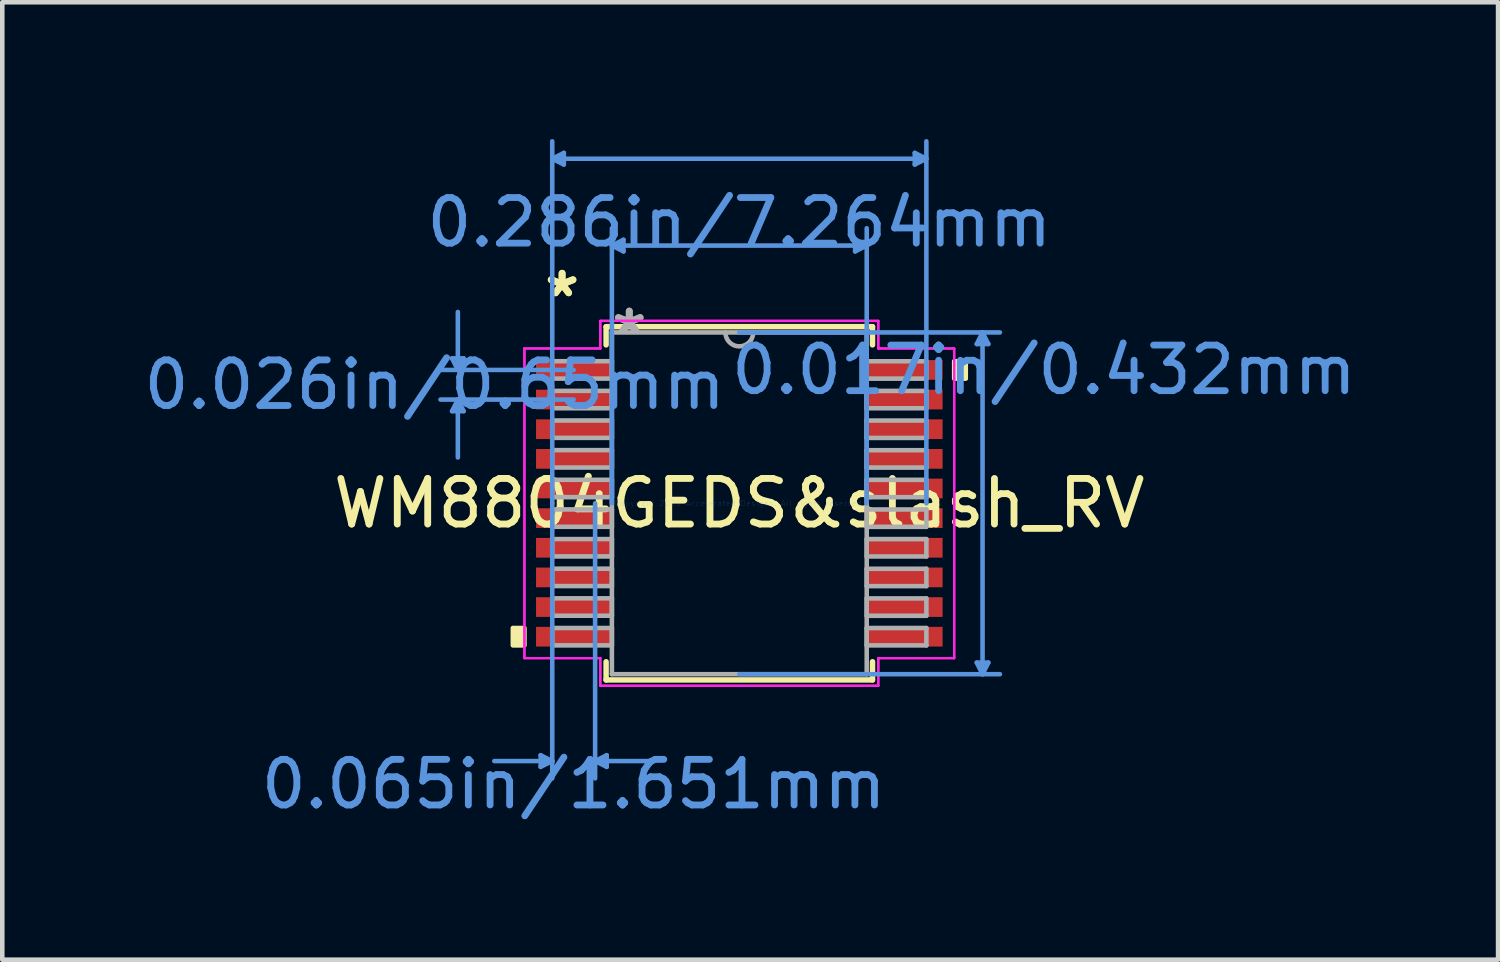
<source format=kicad_pcb>
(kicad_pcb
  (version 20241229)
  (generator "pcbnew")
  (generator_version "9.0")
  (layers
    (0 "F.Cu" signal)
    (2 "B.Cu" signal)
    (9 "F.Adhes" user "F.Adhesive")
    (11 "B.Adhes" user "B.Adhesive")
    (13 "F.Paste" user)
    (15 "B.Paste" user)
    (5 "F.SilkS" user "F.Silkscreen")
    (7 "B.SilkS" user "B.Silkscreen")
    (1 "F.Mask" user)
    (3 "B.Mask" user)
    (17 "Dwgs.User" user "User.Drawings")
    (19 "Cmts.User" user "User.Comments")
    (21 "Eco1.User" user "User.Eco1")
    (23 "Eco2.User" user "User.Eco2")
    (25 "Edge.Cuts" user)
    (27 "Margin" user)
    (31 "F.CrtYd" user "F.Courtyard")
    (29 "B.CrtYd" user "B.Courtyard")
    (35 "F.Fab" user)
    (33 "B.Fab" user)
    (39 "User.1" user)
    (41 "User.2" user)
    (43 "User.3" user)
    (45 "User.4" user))
  (footprint "WM8804GEDS&slash_RV"
    (layer "F.Cu")
    (at 13.162 7.987)
    (property "Reference" "WM8804GEDS&slash_RV" (at 0 0 0) (layer "F.SilkS") (effects (font (size 1 1) (thickness 0.15))))
    (attr through_hole)
    (fp_line (start -2.921 -3.873) (end -2.921 -3.474) (stroke (width 0.12) (type solid)) (layer "F.SilkS"))
    (fp_line (start -2.921 3.474) (end -2.921 3.873) (stroke (width 0.12) (type solid)) (layer "F.SilkS"))
    (fp_line (start -2.921 3.873) (end 2.921 3.873) (stroke (width 0.12) (type solid)) (layer "F.SilkS"))
    (fp_line (start 2.921 -3.873) (end -2.921 -3.873) (stroke (width 0.12) (type solid)) (layer "F.SilkS"))
    (fp_line (start 2.921 -3.474) (end 2.921 -3.873) (stroke (width 0.12) (type solid)) (layer "F.SilkS"))
    (fp_line (start 2.921 3.873) (end 2.921 3.474) (stroke (width 0.12) (type solid)) (layer "F.SilkS"))
    (fp_poly (pts (xy -4.966 2.734) (xy -4.966 3.115) (xy -4.712 3.115) (xy -4.712 2.734)) (stroke (width 0.1) (type solid)) (fill yes) (layer "F.SilkS"))
    (fp_poly (pts (xy 4.966 -3.115) (xy 4.966 -2.734) (xy 4.712 -2.734) (xy 4.712 -3.115)) (stroke (width 0.1) (type solid)) (fill yes) (layer "F.SilkS"))
    (fp_line (start -6.299 -3.179) (end -6.045 -3.179) (stroke (width 0.1) (type solid)) (layer "Cmts.User"))
    (fp_line (start -6.299 -2.021) (end -6.045 -2.021) (stroke (width 0.1) (type solid)) (layer "Cmts.User"))
    (fp_line (start -6.172 -2.925) (end -6.299 -3.179) (stroke (width 0.1) (type solid)) (layer "Cmts.User"))
    (fp_line (start -6.172 -2.925) (end -6.172 -4.195) (stroke (width 0.1) (type solid)) (layer "Cmts.User"))
    (fp_line (start -6.172 -2.925) (end -6.045 -3.179) (stroke (width 0.1) (type solid)) (layer "Cmts.User"))
    (fp_line (start -6.172 -2.275) (end -6.299 -2.021) (stroke (width 0.1) (type solid)) (layer "Cmts.User"))
    (fp_line (start -6.172 -2.275) (end -6.172 -1.005) (stroke (width 0.1) (type solid)) (layer "Cmts.User"))
    (fp_line (start -6.172 -2.275) (end -6.045 -2.021) (stroke (width 0.1) (type solid)) (layer "Cmts.User"))
    (fp_line (start -4.356 5.524) (end -4.356 5.779) (stroke (width 0.1) (type solid)) (layer "Cmts.User"))
    (fp_line (start -4.102 -7.556) (end -3.848 -7.684) (stroke (width 0.1) (type solid)) (layer "Cmts.User"))
    (fp_line (start -4.102 -7.556) (end -3.848 -7.429) (stroke (width 0.1) (type solid)) (layer "Cmts.User"))
    (fp_line (start -4.102 -7.556) (end 4.102 -7.556) (stroke (width 0.1) (type solid)) (layer "Cmts.User"))
    (fp_line (start -4.102 0) (end -4.102 -7.938) (stroke (width 0.1) (type solid)) (layer "Cmts.User"))
    (fp_line (start -4.102 0) (end -4.102 6.032) (stroke (width 0.1) (type solid)) (layer "Cmts.User"))
    (fp_line (start -4.102 5.652) (end -5.372 5.652) (stroke (width 0.1) (type solid)) (layer "Cmts.User"))
    (fp_line (start -4.102 5.652) (end -4.356 5.524) (stroke (width 0.1) (type solid)) (layer "Cmts.User"))
    (fp_line (start -4.102 5.652) (end -4.356 5.779) (stroke (width 0.1) (type solid)) (layer "Cmts.User"))
    (fp_line (start -3.848 -7.684) (end -3.848 -7.429) (stroke (width 0.1) (type solid)) (layer "Cmts.User"))
    (fp_line (start -3.632 -2.925) (end -6.553 -2.925) (stroke (width 0.1) (type solid)) (layer "Cmts.User"))
    (fp_line (start -3.632 -2.275) (end -6.553 -2.275) (stroke (width 0.1) (type solid)) (layer "Cmts.User"))
    (fp_line (start -3.162 0) (end -3.162 6.032) (stroke (width 0.1) (type solid)) (layer "Cmts.User"))
    (fp_line (start -3.162 5.652) (end -2.908 5.524) (stroke (width 0.1) (type solid)) (layer "Cmts.User"))
    (fp_line (start -3.162 5.652) (end -2.908 5.779) (stroke (width 0.1) (type solid)) (layer "Cmts.User"))
    (fp_line (start -3.162 5.652) (end -1.892 5.652) (stroke (width 0.1) (type solid)) (layer "Cmts.User"))
    (fp_line (start -2.908 5.524) (end -2.908 5.779) (stroke (width 0.1) (type solid)) (layer "Cmts.User"))
    (fp_line (start -2.794 -5.652) (end -2.54 -5.779) (stroke (width 0.1) (type solid)) (layer "Cmts.User"))
    (fp_line (start -2.794 -5.652) (end -2.54 -5.524) (stroke (width 0.1) (type solid)) (layer "Cmts.User"))
    (fp_line (start -2.794 -5.652) (end 2.794 -5.652) (stroke (width 0.1) (type solid)) (layer "Cmts.User"))
    (fp_line (start -2.794 0) (end -2.794 -6.032) (stroke (width 0.1) (type solid)) (layer "Cmts.User"))
    (fp_line (start -2.54 -5.779) (end -2.54 -5.524) (stroke (width 0.1) (type solid)) (layer "Cmts.User"))
    (fp_line (start 0 -3.747) (end 5.715 -3.747) (stroke (width 0.1) (type solid)) (layer "Cmts.User"))
    (fp_line (start 0 3.747) (end 5.715 3.747) (stroke (width 0.1) (type solid)) (layer "Cmts.User"))
    (fp_line (start 2.54 -5.779) (end 2.54 -5.524) (stroke (width 0.1) (type solid)) (layer "Cmts.User"))
    (fp_line (start 2.794 -5.652) (end 2.54 -5.779) (stroke (width 0.1) (type solid)) (layer "Cmts.User"))
    (fp_line (start 2.794 -5.652) (end 2.54 -5.524) (stroke (width 0.1) (type solid)) (layer "Cmts.User"))
    (fp_line (start 2.794 0) (end 2.794 -6.032) (stroke (width 0.1) (type solid)) (layer "Cmts.User"))
    (fp_line (start 3.848 -7.684) (end 3.848 -7.429) (stroke (width 0.1) (type solid)) (layer "Cmts.User"))
    (fp_line (start 4.102 -7.556) (end 3.848 -7.684) (stroke (width 0.1) (type solid)) (layer "Cmts.User"))
    (fp_line (start 4.102 -7.556) (end 3.848 -7.429) (stroke (width 0.1) (type solid)) (layer "Cmts.User"))
    (fp_line (start 4.102 0) (end 4.102 -7.938) (stroke (width 0.1) (type solid)) (layer "Cmts.User"))
    (fp_line (start 5.207 -3.493) (end 5.461 -3.493) (stroke (width 0.1) (type solid)) (layer "Cmts.User"))
    (fp_line (start 5.207 3.493) (end 5.461 3.493) (stroke (width 0.1) (type solid)) (layer "Cmts.User"))
    (fp_line (start 5.334 -3.747) (end 5.207 -3.493) (stroke (width 0.1) (type solid)) (layer "Cmts.User"))
    (fp_line (start 5.334 -3.747) (end 5.334 3.747) (stroke (width 0.1) (type solid)) (layer "Cmts.User"))
    (fp_line (start 5.334 -3.747) (end 5.461 -3.493) (stroke (width 0.1) (type solid)) (layer "Cmts.User"))
    (fp_line (start 5.334 3.747) (end 5.207 3.493) (stroke (width 0.1) (type solid)) (layer "Cmts.User"))
    (fp_line (start 5.334 3.747) (end 5.461 3.493) (stroke (width 0.1) (type solid)) (layer "Cmts.User"))
    (fp_line (start -4.712 -3.395) (end -3.048 -3.395) (stroke (width 0.05) (type solid)) (layer "F.CrtYd"))
    (fp_line (start -4.712 -3.395) (end -3.048 -3.395) (stroke (width 0.05) (type solid)) (layer "F.CrtYd"))
    (fp_line (start -4.712 3.395) (end -4.712 -3.395) (stroke (width 0.05) (type solid)) (layer "F.CrtYd"))
    (fp_line (start -4.712 3.395) (end -4.712 -3.395) (stroke (width 0.05) (type solid)) (layer "F.CrtYd"))
    (fp_line (start -4.712 3.395) (end -3.048 3.395) (stroke (width 0.05) (type solid)) (layer "F.CrtYd"))
    (fp_line (start -3.048 -4) (end 3.048 -4) (stroke (width 0.05) (type solid)) (layer "F.CrtYd"))
    (fp_line (start -3.048 -4) (end 3.048 -4) (stroke (width 0.05) (type solid)) (layer "F.CrtYd"))
    (fp_line (start -3.048 -3.395) (end -3.048 -4) (stroke (width 0.05) (type solid)) (layer "F.CrtYd"))
    (fp_line (start -3.048 -3.395) (end -3.048 -4) (stroke (width 0.05) (type solid)) (layer "F.CrtYd"))
    (fp_line (start -3.048 3.395) (end -4.712 3.395) (stroke (width 0.05) (type solid)) (layer "F.CrtYd"))
    (fp_line (start -3.048 4) (end -3.048 3.395) (stroke (width 0.05) (type solid)) (layer "F.CrtYd"))
    (fp_line (start -3.048 4) (end -3.048 3.395) (stroke (width 0.05) (type solid)) (layer "F.CrtYd"))
    (fp_line (start 3.048 -4) (end 3.048 -3.395) (stroke (width 0.05) (type solid)) (layer "F.CrtYd"))
    (fp_line (start 3.048 -4) (end 3.048 -3.395) (stroke (width 0.05) (type solid)) (layer "F.CrtYd"))
    (fp_line (start 3.048 -3.395) (end 4.712 -3.395) (stroke (width 0.05) (type solid)) (layer "F.CrtYd"))
    (fp_line (start 3.048 3.395) (end 3.048 4) (stroke (width 0.05) (type solid)) (layer "F.CrtYd"))
    (fp_line (start 3.048 3.395) (end 3.048 4) (stroke (width 0.05) (type solid)) (layer "F.CrtYd"))
    (fp_line (start 3.048 4) (end -3.048 4) (stroke (width 0.05) (type solid)) (layer "F.CrtYd"))
    (fp_line (start 3.048 4) (end -3.048 4) (stroke (width 0.05) (type solid)) (layer "F.CrtYd"))
    (fp_line (start 4.712 -3.395) (end 3.048 -3.395) (stroke (width 0.05) (type solid)) (layer "F.CrtYd"))
    (fp_line (start 4.712 -3.395) (end 4.712 3.395) (stroke (width 0.05) (type solid)) (layer "F.CrtYd"))
    (fp_line (start 4.712 -3.395) (end 4.712 3.395) (stroke (width 0.05) (type solid)) (layer "F.CrtYd"))
    (fp_line (start 4.712 3.395) (end 3.048 3.395) (stroke (width 0.05) (type solid)) (layer "F.CrtYd"))
    (fp_line (start 4.712 3.395) (end 3.048 3.395) (stroke (width 0.05) (type solid)) (layer "F.CrtYd"))
    (fp_line (start -4.102 -3.116) (end -4.102 -2.735) (stroke (width 0.1) (type solid)) (layer "F.Fab"))
    (fp_line (start -4.102 -2.735) (end -2.794 -2.735) (stroke (width 0.1) (type solid)) (layer "F.Fab"))
    (fp_line (start -4.102 -2.466) (end -4.102 -2.084) (stroke (width 0.1) (type solid)) (layer "F.Fab"))
    (fp_line (start -4.102 -2.084) (end -2.794 -2.084) (stroke (width 0.1) (type solid)) (layer "F.Fab"))
    (fp_line (start -4.102 -1.816) (end -4.102 -1.435) (stroke (width 0.1) (type solid)) (layer "F.Fab"))
    (fp_line (start -4.102 -1.435) (end -2.794 -1.435) (stroke (width 0.1) (type solid)) (layer "F.Fab"))
    (fp_line (start -4.102 -1.166) (end -4.102 -0.785) (stroke (width 0.1) (type solid)) (layer "F.Fab"))
    (fp_line (start -4.102 -0.785) (end -2.794 -0.785) (stroke (width 0.1) (type solid)) (layer "F.Fab"))
    (fp_line (start -4.102 -0.516) (end -4.102 -0.135) (stroke (width 0.1) (type solid)) (layer "F.Fab"))
    (fp_line (start -4.102 -0.135) (end -2.794 -0.135) (stroke (width 0.1) (type solid)) (layer "F.Fab"))
    (fp_line (start -4.102 0.134) (end -4.102 0.515) (stroke (width 0.1) (type solid)) (layer "F.Fab"))
    (fp_line (start -4.102 0.515) (end -2.794 0.515) (stroke (width 0.1) (type solid)) (layer "F.Fab"))
    (fp_line (start -4.102 0.784) (end -4.102 1.165) (stroke (width 0.1) (type solid)) (layer "F.Fab"))
    (fp_line (start -4.102 1.165) (end -2.794 1.165) (stroke (width 0.1) (type solid)) (layer "F.Fab"))
    (fp_line (start -4.102 1.434) (end -4.102 1.815) (stroke (width 0.1) (type solid)) (layer "F.Fab"))
    (fp_line (start -4.102 1.815) (end -2.794 1.815) (stroke (width 0.1) (type solid)) (layer "F.Fab"))
    (fp_line (start -4.102 2.084) (end -4.102 2.465) (stroke (width 0.1) (type solid)) (layer "F.Fab"))
    (fp_line (start -4.102 2.465) (end -2.794 2.465) (stroke (width 0.1) (type solid)) (layer "F.Fab"))
    (fp_line (start -4.102 2.734) (end -4.102 3.115) (stroke (width 0.1) (type solid)) (layer "F.Fab"))
    (fp_line (start -4.102 3.115) (end -2.794 3.115) (stroke (width 0.1) (type solid)) (layer "F.Fab"))
    (fp_line (start -2.794 -3.747) (end -2.794 3.747) (stroke (width 0.1) (type solid)) (layer "F.Fab"))
    (fp_line (start -2.794 -3.116) (end -4.102 -3.116) (stroke (width 0.1) (type solid)) (layer "F.Fab"))
    (fp_line (start -2.794 -2.735) (end -2.794 -3.116) (stroke (width 0.1) (type solid)) (layer "F.Fab"))
    (fp_line (start -2.794 -2.466) (end -4.102 -2.466) (stroke (width 0.1) (type solid)) (layer "F.Fab"))
    (fp_line (start -2.794 -2.084) (end -2.794 -2.466) (stroke (width 0.1) (type solid)) (layer "F.Fab"))
    (fp_line (start -2.794 -1.816) (end -4.102 -1.816) (stroke (width 0.1) (type solid)) (layer "F.Fab"))
    (fp_line (start -2.794 -1.435) (end -2.794 -1.816) (stroke (width 0.1) (type solid)) (layer "F.Fab"))
    (fp_line (start -2.794 -1.166) (end -4.102 -1.166) (stroke (width 0.1) (type solid)) (layer "F.Fab"))
    (fp_line (start -2.794 -0.785) (end -2.794 -1.166) (stroke (width 0.1) (type solid)) (layer "F.Fab"))
    (fp_line (start -2.794 -0.516) (end -4.102 -0.516) (stroke (width 0.1) (type solid)) (layer "F.Fab"))
    (fp_line (start -2.794 -0.135) (end -2.794 -0.516) (stroke (width 0.1) (type solid)) (layer "F.Fab"))
    (fp_line (start -2.794 0.134) (end -4.102 0.134) (stroke (width 0.1) (type solid)) (layer "F.Fab"))
    (fp_line (start -2.794 0.515) (end -2.794 0.134) (stroke (width 0.1) (type solid)) (layer "F.Fab"))
    (fp_line (start -2.794 0.784) (end -4.102 0.784) (stroke (width 0.1) (type solid)) (layer "F.Fab"))
    (fp_line (start -2.794 1.165) (end -2.794 0.784) (stroke (width 0.1) (type solid)) (layer "F.Fab"))
    (fp_line (start -2.794 1.434) (end -4.102 1.434) (stroke (width 0.1) (type solid)) (layer "F.Fab"))
    (fp_line (start -2.794 1.815) (end -2.794 1.434) (stroke (width 0.1) (type solid)) (layer "F.Fab"))
    (fp_line (start -2.794 2.084) (end -4.102 2.084) (stroke (width 0.1) (type solid)) (layer "F.Fab"))
    (fp_line (start -2.794 2.465) (end -2.794 2.084) (stroke (width 0.1) (type solid)) (layer "F.Fab"))
    (fp_line (start -2.794 2.734) (end -4.102 2.734) (stroke (width 0.1) (type solid)) (layer "F.Fab"))
    (fp_line (start -2.794 3.115) (end -2.794 2.734) (stroke (width 0.1) (type solid)) (layer "F.Fab"))
    (fp_line (start -2.794 3.747) (end 2.794 3.747) (stroke (width 0.1) (type solid)) (layer "F.Fab"))
    (fp_line (start 2.794 -3.747) (end -2.794 -3.747) (stroke (width 0.1) (type solid)) (layer "F.Fab"))
    (fp_line (start 2.794 -3.115) (end 2.794 -2.734) (stroke (width 0.1) (type solid)) (layer "F.Fab"))
    (fp_line (start 2.794 -2.734) (end 4.102 -2.734) (stroke (width 0.1) (type solid)) (layer "F.Fab"))
    (fp_line (start 2.794 -2.465) (end 2.794 -2.084) (stroke (width 0.1) (type solid)) (layer "F.Fab"))
    (fp_line (start 2.794 -2.084) (end 4.102 -2.084) (stroke (width 0.1) (type solid)) (layer "F.Fab"))
    (fp_line (start 2.794 -1.815) (end 2.794 -1.434) (stroke (width 0.1) (type solid)) (layer "F.Fab"))
    (fp_line (start 2.794 -1.434) (end 4.102 -1.434) (stroke (width 0.1) (type solid)) (layer "F.Fab"))
    (fp_line (start 2.794 -1.165) (end 2.794 -0.784) (stroke (width 0.1) (type solid)) (layer "F.Fab"))
    (fp_line (start 2.794 -0.784) (end 4.102 -0.784) (stroke (width 0.1) (type solid)) (layer "F.Fab"))
    (fp_line (start 2.794 -0.515) (end 2.794 -0.134) (stroke (width 0.1) (type solid)) (layer "F.Fab"))
    (fp_line (start 2.794 -0.134) (end 4.102 -0.134) (stroke (width 0.1) (type solid)) (layer "F.Fab"))
    (fp_line (start 2.794 0.135) (end 2.794 0.516) (stroke (width 0.1) (type solid)) (layer "F.Fab"))
    (fp_line (start 2.794 0.516) (end 4.102 0.516) (stroke (width 0.1) (type solid)) (layer "F.Fab"))
    (fp_line (start 2.794 0.785) (end 2.794 1.166) (stroke (width 0.1) (type solid)) (layer "F.Fab"))
    (fp_line (start 2.794 1.166) (end 4.102 1.166) (stroke (width 0.1) (type solid)) (layer "F.Fab"))
    (fp_line (start 2.794 1.435) (end 2.794 1.816) (stroke (width 0.1) (type solid)) (layer "F.Fab"))
    (fp_line (start 2.794 1.816) (end 4.102 1.816) (stroke (width 0.1) (type solid)) (layer "F.Fab"))
    (fp_line (start 2.794 2.085) (end 2.794 2.466) (stroke (width 0.1) (type solid)) (layer "F.Fab"))
    (fp_line (start 2.794 2.466) (end 4.102 2.466) (stroke (width 0.1) (type solid)) (layer "F.Fab"))
    (fp_line (start 2.794 2.735) (end 2.794 3.116) (stroke (width 0.1) (type solid)) (layer "F.Fab"))
    (fp_line (start 2.794 3.116) (end 4.102 3.116) (stroke (width 0.1) (type solid)) (layer "F.Fab"))
    (fp_line (start 2.794 3.747) (end 2.794 -3.747) (stroke (width 0.1) (type solid)) (layer "F.Fab"))
    (fp_line (start 4.102 -3.115) (end 2.794 -3.115) (stroke (width 0.1) (type solid)) (layer "F.Fab"))
    (fp_line (start 4.102 -2.734) (end 4.102 -3.115) (stroke (width 0.1) (type solid)) (layer "F.Fab"))
    (fp_line (start 4.102 -2.465) (end 2.794 -2.465) (stroke (width 0.1) (type solid)) (layer "F.Fab"))
    (fp_line (start 4.102 -2.084) (end 4.102 -2.465) (stroke (width 0.1) (type solid)) (layer "F.Fab"))
    (fp_line (start 4.102 -1.815) (end 2.794 -1.815) (stroke (width 0.1) (type solid)) (layer "F.Fab"))
    (fp_line (start 4.102 -1.434) (end 4.102 -1.815) (stroke (width 0.1) (type solid)) (layer "F.Fab"))
    (fp_line (start 4.102 -1.165) (end 2.794 -1.165) (stroke (width 0.1) (type solid)) (layer "F.Fab"))
    (fp_line (start 4.102 -0.784) (end 4.102 -1.165) (stroke (width 0.1) (type solid)) (layer "F.Fab"))
    (fp_line (start 4.102 -0.515) (end 2.794 -0.515) (stroke (width 0.1) (type solid)) (layer "F.Fab"))
    (fp_line (start 4.102 -0.134) (end 4.102 -0.515) (stroke (width 0.1) (type solid)) (layer "F.Fab"))
    (fp_line (start 4.102 0.135) (end 2.794 0.135) (stroke (width 0.1) (type solid)) (layer "F.Fab"))
    (fp_line (start 4.102 0.516) (end 4.102 0.135) (stroke (width 0.1) (type solid)) (layer "F.Fab"))
    (fp_line (start 4.102 0.785) (end 2.794 0.785) (stroke (width 0.1) (type solid)) (layer "F.Fab"))
    (fp_line (start 4.102 1.166) (end 4.102 0.785) (stroke (width 0.1) (type solid)) (layer "F.Fab"))
    (fp_line (start 4.102 1.435) (end 2.794 1.435) (stroke (width 0.1) (type solid)) (layer "F.Fab"))
    (fp_line (start 4.102 1.816) (end 4.102 1.435) (stroke (width 0.1) (type solid)) (layer "F.Fab"))
    (fp_line (start 4.102 2.085) (end 2.794 2.085) (stroke (width 0.1) (type solid)) (layer "F.Fab"))
    (fp_line (start 4.102 2.466) (end 4.102 2.085) (stroke (width 0.1) (type solid)) (layer "F.Fab"))
    (fp_line (start 4.102 2.735) (end 2.794 2.735) (stroke (width 0.1) (type solid)) (layer "F.Fab"))
    (fp_line (start 4.102 3.116) (end 4.102 2.735) (stroke (width 0.1) (type solid)) (layer "F.Fab"))
    (fp_arc (start 0.3048 -3.7465) (mid 0 -3.4417) (end -0.3048 -3.7465) (stroke (width 0.1) (type solid)) (layer "F.Fab"))
    (fp_text user "*" (at -3.886 -4.5 0) (layer "F.SilkS") (effects (font (size 1 1) (thickness 0.15))))
    (fp_text user "*" (at -3.886 -4.5 0) (layer "F.SilkS") (effects (font (size 1 1) (thickness 0.15))))
    (fp_text user "0.026in/0.65mm" (at -6.68 -2.6 0) (layer "Cmts.User") (effects (font (size 1 1) (thickness 0.15))))
    (fp_text user "Copyright 2021 Accelerated Designs. All rights reserved." (at 0 0 0) (layer "Cmts.User") (effects (font (size 0.127 0.127) (thickness 0.002))))
    (fp_text user "0.017in/0.432mm" (at 6.68 -2.925 0) (layer "Cmts.User") (effects (font (size 1 1) (thickness 0.15))))
    (fp_text user "0.286in/7.264mm" (at 0 -6.16 0) (layer "Cmts.User") (effects (font (size 1 1) (thickness 0.15))))
    (fp_text user "0.065in/1.651mm" (at -3.632 6.16 0) (layer "Cmts.User") (effects (font (size 1 1) (thickness 0.15))))
    (fp_text user "*" (at -2.413 -3.67 0) (layer "F.Fab") (effects (font (size 1 1) (thickness 0.15))))
    (fp_text user "*" (at -2.413 -3.67 0) (layer "F.Fab") (effects (font (size 1 1) (thickness 0.15))))
    (pad "1" smd rect (at -3.632 -2.925) (size 1.651 0.432) (layers "F.Cu" "F.Mask" "F.Paste"))
    (pad "2" smd rect (at -3.632 -2.275) (size 1.651 0.432) (layers "F.Cu" "F.Mask" "F.Paste"))
    (pad "3" smd rect (at -3.632 -1.625) (size 1.651 0.432) (layers "F.Cu" "F.Mask" "F.Paste"))
    (pad "4" smd rect (at -3.632 -0.975) (size 1.651 0.432) (layers "F.Cu" "F.Mask" "F.Paste"))
    (pad "5" smd rect (at -3.632 -0.325) (size 1.651 0.432) (layers "F.Cu" "F.Mask" "F.Paste"))
    (pad "6" smd rect (at -3.632 0.325) (size 1.651 0.432) (layers "F.Cu" "F.Mask" "F.Paste"))
    (pad "7" smd rect (at -3.632 0.975) (size 1.651 0.432) (layers "F.Cu" "F.Mask" "F.Paste"))
    (pad "8" smd rect (at -3.632 1.625) (size 1.651 0.432) (layers "F.Cu" "F.Mask" "F.Paste"))
    (pad "9" smd rect (at -3.632 2.275) (size 1.651 0.432) (layers "F.Cu" "F.Mask" "F.Paste"))
    (pad "10" smd rect (at -3.632 2.925) (size 1.651 0.432) (layers "F.Cu" "F.Mask" "F.Paste"))
    (pad "11" smd rect (at 3.632 2.925) (size 1.651 0.432) (layers "F.Cu" "F.Mask" "F.Paste"))
    (pad "12" smd rect (at 3.632 2.275) (size 1.651 0.432) (layers "F.Cu" "F.Mask" "F.Paste"))
    (pad "13" smd rect (at 3.632 1.625) (size 1.651 0.432) (layers "F.Cu" "F.Mask" "F.Paste"))
    (pad "14" smd rect (at 3.632 0.975) (size 1.651 0.432) (layers "F.Cu" "F.Mask" "F.Paste"))
    (pad "15" smd rect (at 3.632 0.325) (size 1.651 0.432) (layers "F.Cu" "F.Mask" "F.Paste"))
    (pad "16" smd rect (at 3.632 -0.325) (size 1.651 0.432) (layers "F.Cu" "F.Mask" "F.Paste"))
    (pad "17" smd rect (at 3.632 -0.975) (size 1.651 0.432) (layers "F.Cu" "F.Mask" "F.Paste"))
    (pad "18" smd rect (at 3.632 -1.625) (size 1.651 0.432) (layers "F.Cu" "F.Mask" "F.Paste"))
    (pad "19" smd rect (at 3.632 -2.275) (size 1.651 0.432) (layers "F.Cu" "F.Mask" "F.Paste"))
    (pad "20" smd rect (at 3.632 -2.925) (size 1.651 0.432) (layers "F.Cu" "F.Mask" "F.Paste")))
  (gr_rect
    (start -3 -3)
    (end 29.801 17.995)
    (stroke (width 0.1) (type default))
    (fill no)
    (layer "Edge.Cuts")))
</source>
